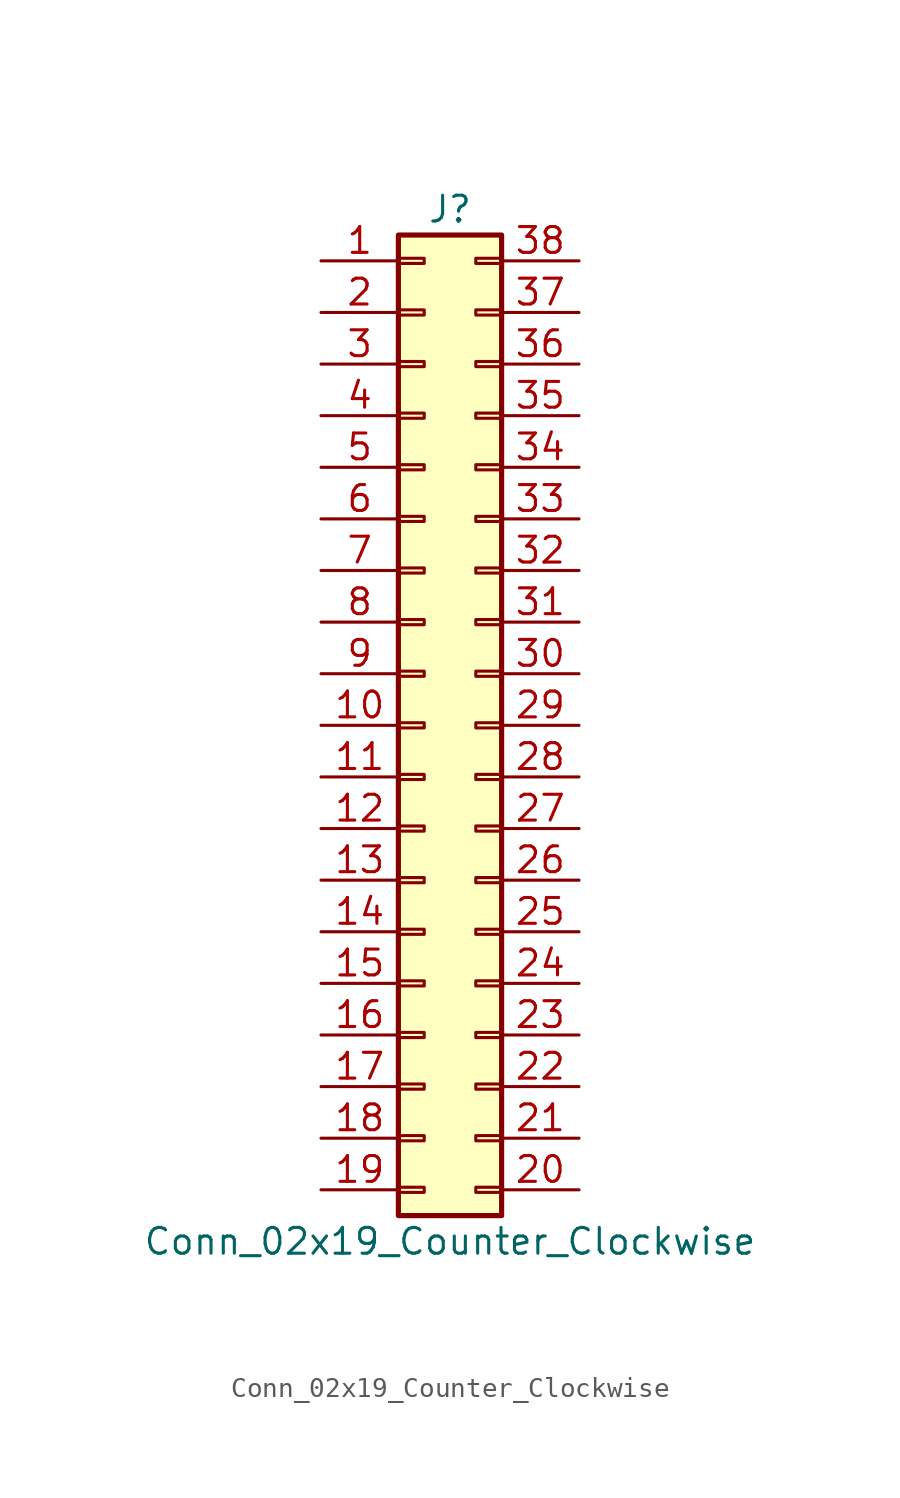
<source format=kicad_sym>
(kicad_symbol_lib
  (version 20201005)
  (generator kicad_symbol_editor)
  (symbol "Conn_02x19_Counter_Clockwise"
    (pin_names
      (offset 1.016) hide)
    (property "Reference" "J"
      (at 1.27 25.4 0)
      (effects (font (size 1.27 1.27))))
    (property "Value" "Conn_02x19_Counter_Clockwise"
      (at 1.27 -25.4 0)
      (effects (font (size 1.27 1.27))))
    (symbol "Conn_02x19_Counter_Clockwise_1_1"
      (rectangle (start -1.27 -22.733) (end 0 -22.987) (stroke (width 0.152)) (fill (type none)))
      (rectangle (start -1.27 -20.193) (end 0 -20.447) (stroke (width 0.152)) (fill (type none)))
      (rectangle (start -1.27 -17.653) (end 0 -17.907) (stroke (width 0.152)) (fill (type none)))
      (rectangle (start -1.27 -15.113) (end 0 -15.367) (stroke (width 0.152)) (fill (type none)))
      (rectangle (start -1.27 -12.573) (end 0 -12.827) (stroke (width 0.152)) (fill (type none)))
      (rectangle (start -1.27 -10.033) (end 0 -10.287) (stroke (width 0.152)) (fill (type none)))
      (rectangle (start -1.27 -7.493) (end 0 -7.747) (stroke (width 0.152)) (fill (type none)))
      (rectangle (start -1.27 -4.953) (end 0 -5.207) (stroke (width 0.152)) (fill (type none)))
      (rectangle (start -1.27 -2.413) (end 0 -2.667) (stroke (width 0.152)) (fill (type none)))
      (rectangle (start -1.27 0.127) (end 0 -0.127) (stroke (width 0.152)) (fill (type none)))
      (rectangle (start -1.27 2.667) (end 0 2.413) (stroke (width 0.152)) (fill (type none)))
      (rectangle (start -1.27 5.207) (end 0 4.953) (stroke (width 0.152)) (fill (type none)))
      (rectangle (start -1.27 7.747) (end 0 7.493) (stroke (width 0.152)) (fill (type none)))
      (rectangle (start -1.27 10.287) (end 0 10.033) (stroke (width 0.152)) (fill (type none)))
      (rectangle (start -1.27 12.827) (end 0 12.573) (stroke (width 0.152)) (fill (type none)))
      (rectangle (start -1.27 15.367) (end 0 15.113) (stroke (width 0.152)) (fill (type none)))
      (rectangle (start -1.27 17.907) (end 0 17.653) (stroke (width 0.152)) (fill (type none)))
      (rectangle (start -1.27 20.447) (end 0 20.193) (stroke (width 0.152)) (fill (type none)))
      (rectangle (start -1.27 22.987) (end 0 22.733) (stroke (width 0.152)) (fill (type none)))
      (rectangle (start 3.81 -22.733) (end 2.54 -22.987) (stroke (width 0.152)) (fill (type none)))
      (rectangle (start 3.81 -20.193) (end 2.54 -20.447) (stroke (width 0.152)) (fill (type none)))
      (rectangle (start 3.81 -17.653) (end 2.54 -17.907) (stroke (width 0.152)) (fill (type none)))
      (rectangle (start 3.81 -15.113) (end 2.54 -15.367) (stroke (width 0.152)) (fill (type none)))
      (rectangle (start 3.81 -12.573) (end 2.54 -12.827) (stroke (width 0.152)) (fill (type none)))
      (rectangle (start 3.81 -10.033) (end 2.54 -10.287) (stroke (width 0.152)) (fill (type none)))
      (rectangle (start 3.81 -7.493) (end 2.54 -7.747) (stroke (width 0.152)) (fill (type none)))
      (rectangle (start 3.81 -4.953) (end 2.54 -5.207) (stroke (width 0.152)) (fill (type none)))
      (rectangle (start 3.81 -2.413) (end 2.54 -2.667) (stroke (width 0.152)) (fill (type none)))
      (rectangle (start 3.81 0.127) (end 2.54 -0.127) (stroke (width 0.152)) (fill (type none)))
      (rectangle (start 3.81 2.667) (end 2.54 2.413) (stroke (width 0.152)) (fill (type none)))
      (rectangle (start 3.81 5.207) (end 2.54 4.953) (stroke (width 0.152)) (fill (type none)))
      (rectangle (start 3.81 7.747) (end 2.54 7.493) (stroke (width 0.152)) (fill (type none)))
      (rectangle (start 3.81 10.287) (end 2.54 10.033) (stroke (width 0.152)) (fill (type none)))
      (rectangle (start 3.81 12.827) (end 2.54 12.573) (stroke (width 0.152)) (fill (type none)))
      (rectangle (start 3.81 15.367) (end 2.54 15.113) (stroke (width 0.152)) (fill (type none)))
      (rectangle (start 3.81 17.907) (end 2.54 17.653) (stroke (width 0.152)) (fill (type none)))
      (rectangle (start 3.81 20.447) (end 2.54 20.193) (stroke (width 0.152)) (fill (type none)))
      (rectangle (start 3.81 22.987) (end 2.54 22.733) (stroke (width 0.152)) (fill (type none)))
      (rectangle (start -1.27 24.13) (end 3.81 -24.13) (stroke (width 0.254)) (fill (type background)))
      (pin passive line (at -5.08 22.86 0) (length 3.81) (name "Pin_1" (effects (font (size 1.27 1.27)))) (number "1" (effects (font (size 1.27 1.27)))))
      (pin passive line (at -5.08 0 0) (length 3.81) (name "Pin_10" (effects (font (size 1.27 1.27)))) (number "10" (effects (font (size 1.27 1.27)))))
      (pin passive line (at -5.08 -2.54 0) (length 3.81) (name "Pin_11" (effects (font (size 1.27 1.27)))) (number "11" (effects (font (size 1.27 1.27)))))
      (pin passive line (at -5.08 -5.08 0) (length 3.81) (name "Pin_12" (effects (font (size 1.27 1.27)))) (number "12" (effects (font (size 1.27 1.27)))))
      (pin passive line (at -5.08 -7.62 0) (length 3.81) (name "Pin_13" (effects (font (size 1.27 1.27)))) (number "13" (effects (font (size 1.27 1.27)))))
      (pin passive line (at -5.08 -10.16 0) (length 3.81) (name "Pin_14" (effects (font (size 1.27 1.27)))) (number "14" (effects (font (size 1.27 1.27)))))
      (pin passive line (at -5.08 -12.7 0) (length 3.81) (name "Pin_15" (effects (font (size 1.27 1.27)))) (number "15" (effects (font (size 1.27 1.27)))))
      (pin passive line (at -5.08 -15.24 0) (length 3.81) (name "Pin_16" (effects (font (size 1.27 1.27)))) (number "16" (effects (font (size 1.27 1.27)))))
      (pin passive line (at -5.08 -17.78 0) (length 3.81) (name "Pin_17" (effects (font (size 1.27 1.27)))) (number "17" (effects (font (size 1.27 1.27)))))
      (pin passive line (at -5.08 -20.32 0) (length 3.81) (name "Pin_18" (effects (font (size 1.27 1.27)))) (number "18" (effects (font (size 1.27 1.27)))))
      (pin passive line (at -5.08 -22.86 0) (length 3.81) (name "Pin_19" (effects (font (size 1.27 1.27)))) (number "19" (effects (font (size 1.27 1.27)))))
      (pin passive line (at -5.08 20.32 0) (length 3.81) (name "Pin_2" (effects (font (size 1.27 1.27)))) (number "2" (effects (font (size 1.27 1.27)))))
      (pin passive line (at 7.62 -22.86 180) (length 3.81) (name "Pin_20" (effects (font (size 1.27 1.27)))) (number "20" (effects (font (size 1.27 1.27)))))
      (pin passive line (at 7.62 -20.32 180) (length 3.81) (name "Pin_21" (effects (font (size 1.27 1.27)))) (number "21" (effects (font (size 1.27 1.27)))))
      (pin passive line (at 7.62 -17.78 180) (length 3.81) (name "Pin_22" (effects (font (size 1.27 1.27)))) (number "22" (effects (font (size 1.27 1.27)))))
      (pin passive line (at 7.62 -15.24 180) (length 3.81) (name "Pin_23" (effects (font (size 1.27 1.27)))) (number "23" (effects (font (size 1.27 1.27)))))
      (pin passive line (at 7.62 -12.7 180) (length 3.81) (name "Pin_24" (effects (font (size 1.27 1.27)))) (number "24" (effects (font (size 1.27 1.27)))))
      (pin passive line (at 7.62 -10.16 180) (length 3.81) (name "Pin_25" (effects (font (size 1.27 1.27)))) (number "25" (effects (font (size 1.27 1.27)))))
      (pin passive line (at 7.62 -7.62 180) (length 3.81) (name "Pin_26" (effects (font (size 1.27 1.27)))) (number "26" (effects (font (size 1.27 1.27)))))
      (pin passive line (at 7.62 -5.08 180) (length 3.81) (name "Pin_27" (effects (font (size 1.27 1.27)))) (number "27" (effects (font (size 1.27 1.27)))))
      (pin passive line (at 7.62 -2.54 180) (length 3.81) (name "Pin_28" (effects (font (size 1.27 1.27)))) (number "28" (effects (font (size 1.27 1.27)))))
      (pin passive line (at 7.62 0 180) (length 3.81) (name "Pin_29" (effects (font (size 1.27 1.27)))) (number "29" (effects (font (size 1.27 1.27)))))
      (pin passive line (at -5.08 17.78 0) (length 3.81) (name "Pin_3" (effects (font (size 1.27 1.27)))) (number "3" (effects (font (size 1.27 1.27)))))
      (pin passive line (at 7.62 2.54 180) (length 3.81) (name "Pin_30" (effects (font (size 1.27 1.27)))) (number "30" (effects (font (size 1.27 1.27)))))
      (pin passive line (at 7.62 5.08 180) (length 3.81) (name "Pin_31" (effects (font (size 1.27 1.27)))) (number "31" (effects (font (size 1.27 1.27)))))
      (pin passive line (at 7.62 7.62 180) (length 3.81) (name "Pin_32" (effects (font (size 1.27 1.27)))) (number "32" (effects (font (size 1.27 1.27)))))
      (pin passive line (at 7.62 10.16 180) (length 3.81) (name "Pin_33" (effects (font (size 1.27 1.27)))) (number "33" (effects (font (size 1.27 1.27)))))
      (pin passive line (at 7.62 12.7 180) (length 3.81) (name "Pin_34" (effects (font (size 1.27 1.27)))) (number "34" (effects (font (size 1.27 1.27)))))
      (pin passive line (at 7.62 15.24 180) (length 3.81) (name "Pin_35" (effects (font (size 1.27 1.27)))) (number "35" (effects (font (size 1.27 1.27)))))
      (pin passive line (at 7.62 17.78 180) (length 3.81) (name "Pin_36" (effects (font (size 1.27 1.27)))) (number "36" (effects (font (size 1.27 1.27)))))
      (pin passive line (at 7.62 20.32 180) (length 3.81) (name "Pin_37" (effects (font (size 1.27 1.27)))) (number "37" (effects (font (size 1.27 1.27)))))
      (pin passive line (at 7.62 22.86 180) (length 3.81) (name "Pin_38" (effects (font (size 1.27 1.27)))) (number "38" (effects (font (size 1.27 1.27)))))
      (pin passive line (at -5.08 15.24 0) (length 3.81) (name "Pin_4" (effects (font (size 1.27 1.27)))) (number "4" (effects (font (size 1.27 1.27)))))
      (pin passive line (at -5.08 12.7 0) (length 3.81) (name "Pin_5" (effects (font (size 1.27 1.27)))) (number "5" (effects (font (size 1.27 1.27)))))
      (pin passive line (at -5.08 10.16 0) (length 3.81) (name "Pin_6" (effects (font (size 1.27 1.27)))) (number "6" (effects (font (size 1.27 1.27)))))
      (pin passive line (at -5.08 7.62 0) (length 3.81) (name "Pin_7" (effects (font (size 1.27 1.27)))) (number "7" (effects (font (size 1.27 1.27)))))
      (pin passive line (at -5.08 5.08 0) (length 3.81) (name "Pin_8" (effects (font (size 1.27 1.27)))) (number "8" (effects (font (size 1.27 1.27)))))
      (pin passive line (at -5.08 2.54 0) (length 3.81) (name "Pin_9" (effects (font (size 1.27 1.27)))) (number "9" (effects (font (size 1.27 1.27))))))))
</source>
